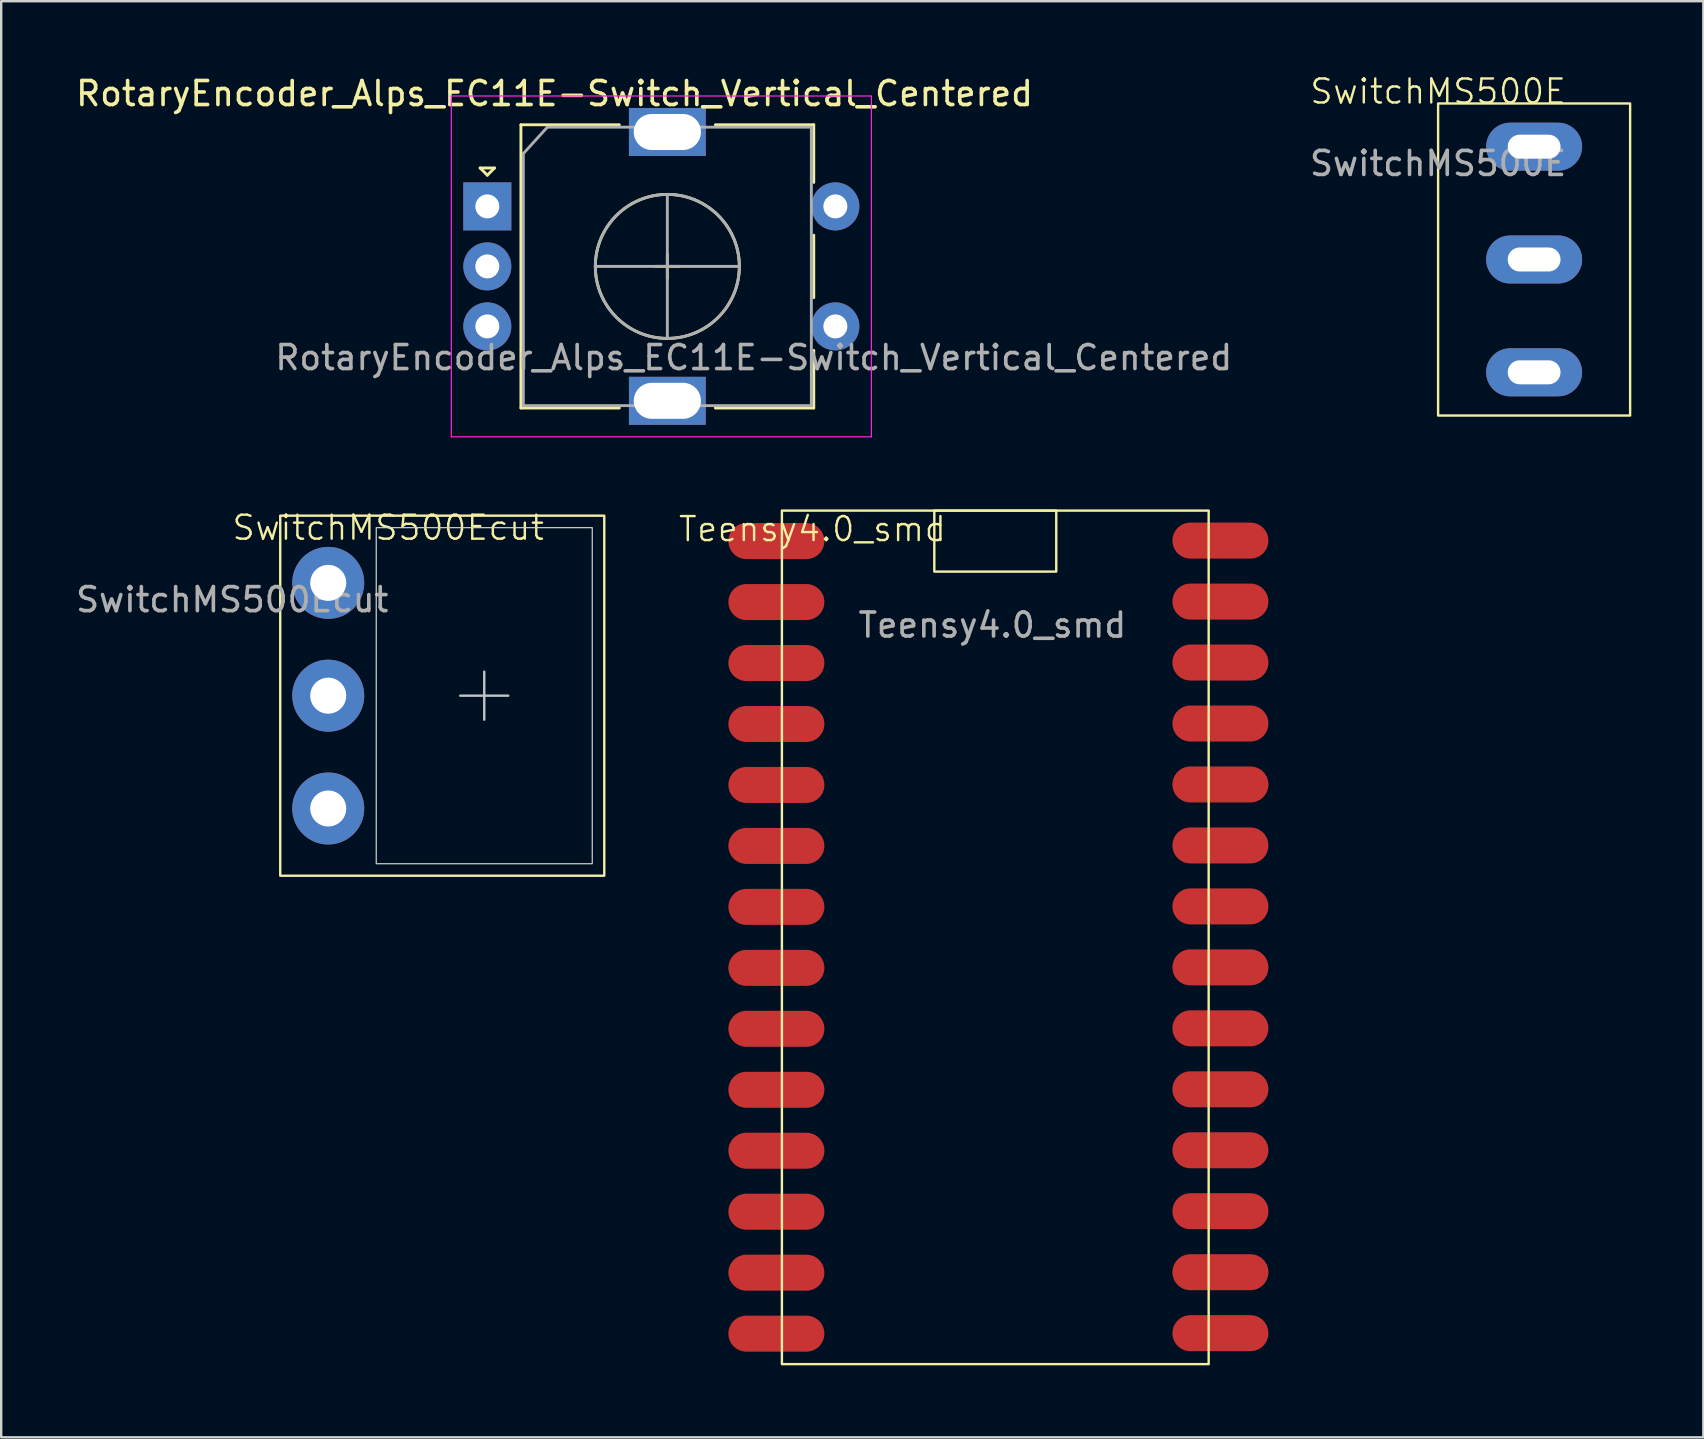
<source format=kicad_pcb>
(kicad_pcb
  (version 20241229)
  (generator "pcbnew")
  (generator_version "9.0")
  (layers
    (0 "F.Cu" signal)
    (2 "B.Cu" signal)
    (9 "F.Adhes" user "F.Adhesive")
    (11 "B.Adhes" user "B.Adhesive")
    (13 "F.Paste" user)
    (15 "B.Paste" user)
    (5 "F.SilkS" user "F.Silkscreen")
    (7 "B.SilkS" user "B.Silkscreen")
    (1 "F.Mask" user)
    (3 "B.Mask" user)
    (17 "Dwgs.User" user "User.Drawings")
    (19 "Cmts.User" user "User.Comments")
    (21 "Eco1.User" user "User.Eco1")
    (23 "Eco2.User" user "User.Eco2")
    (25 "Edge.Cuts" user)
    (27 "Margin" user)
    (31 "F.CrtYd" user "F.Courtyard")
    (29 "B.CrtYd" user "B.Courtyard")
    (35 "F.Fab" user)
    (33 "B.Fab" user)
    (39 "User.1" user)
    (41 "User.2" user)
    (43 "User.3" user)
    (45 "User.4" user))
  (footprint "SwitchMS500E"
    (layer "F.Cu")
    (at 60.865 7.761)
    (property "Reference" "SwitchMS500E" (at -4 -7 0) (unlocked yes) (layer "F.SilkS") (effects (font (size 1 1) (thickness 0.1))))
    (attr smd)
    (fp_rect (start -4 -6.5) (end 4 6.5) (stroke (width 0.1) (type default)) (fill no) (layer "F.SilkS"))
    (fp_text user "${REFERENCE}" (at -4 -4 0) (unlocked yes) (layer "F.Fab") (effects (font (size 1 1) (thickness 0.15))))
    (pad "1" thru_hole oval (at 0 -4.7) (size 4 2) (drill oval 2.2 1) (layers "*.Cu" "*.Mask"))
    (pad "2" thru_hole oval (at 0 0) (size 4 2) (drill oval 2.2 1) (layers "*.Cu" "*.Mask"))
    (pad "3" thru_hole oval (at 0 4.7) (size 4 2) (drill oval 2.2 1) (layers "*.Cu" "*.Mask")))
  (footprint "SwitchMS500Ecut"
    (layer "F.Cu")
    (at 17.125 25.934)
    (property "Reference" "SwitchMS500Ecut" (at -4 -7 0) (unlocked yes) (layer "F.SilkS") (effects (font (size 1 1) (thickness 0.1))))
    (attr smd)
    (fp_rect (start -8.5 -7.5) (end 5 7.5) (stroke (width 0.1) (type default)) (fill no) (layer "F.SilkS"))
    (fp_line (start -1 0) (end 1 0) (stroke (width 0.1) (type default)) (layer "Dwgs.User"))
    (fp_line (start 0 -1) (end 0 1) (stroke (width 0.1) (type default)) (layer "Dwgs.User"))
    (fp_rect (start -4.5 -7) (end 4.5 7) (stroke (width 0.05) (type default)) (fill no) (layer "Edge.Cuts"))
    (fp_text user "${REFERENCE}" (at -10.5 -4 0) (unlocked yes) (layer "F.Fab") (effects (font (size 1 1) (thickness 0.15))))
    (pad "1" thru_hole circle (at -6.5 -4.7) (size 3 3) (drill 1.5) (layers "*.Cu" "*.Mask"))
    (pad "2" thru_hole circle (at -6.5 0) (size 3 3) (drill 1.5) (layers "*.Cu" "*.Mask"))
    (pad "3" thru_hole circle (at -6.5 4.7) (size 3 3) (drill 1.5) (layers "*.Cu" "*.Mask")))
  (footprint "Teensy4.0_smd"
    (layer "F.Cu")
    (at 30.796 19.493)
    (property "Reference" "Teensy4.0_smd" (at 0 -0.5 0) (unlocked yes) (layer "F.SilkS") (effects (font (size 1 1) (thickness 0.1))))
    (attr through_hole)
    (fp_rect (start -1.27 -1.27) (end 16.51 34.29) (stroke (width 0.1) (type default)) (fill no) (layer "F.SilkS"))
    (fp_rect (start 5.08 -1.27) (end 10.16 1.27) (stroke (width 0.1) (type default)) (fill no) (layer "F.SilkS"))
    (fp_text user "${REFERENCE}" (at 7.5 3.5 0) (unlocked yes) (layer "F.Fab") (effects (font (size 1 1) (thickness 0.15))))
    (pad "1" smd oval (at -1.5 0) (size 4 1.5) (layers "F.Cu" "F.Mask" "F.Paste"))
    (pad "2" smd oval (at -1.5 2.54) (size 4 1.5) (layers "F.Cu" "F.Mask" "F.Paste"))
    (pad "3" smd oval (at -1.5 5.08) (size 4 1.5) (layers "F.Cu" "F.Mask" "F.Paste"))
    (pad "4" smd oval (at -1.5 7.62) (size 4 1.5) (layers "F.Cu" "F.Mask" "F.Paste"))
    (pad "5" smd oval (at -1.5 10.16) (size 4 1.5) (layers "F.Cu" "F.Mask" "F.Paste"))
    (pad "6" smd oval (at -1.5 12.7) (size 4 1.5) (layers "F.Cu" "F.Mask" "F.Paste"))
    (pad "7" smd oval (at -1.5 15.24) (size 4 1.5) (layers "F.Cu" "F.Mask" "F.Paste"))
    (pad "8" smd oval (at -1.5 17.78) (size 4 1.5) (layers "F.Cu" "F.Mask" "F.Paste"))
    (pad "9" smd oval (at -1.5 20.32) (size 4 1.5) (layers "F.Cu" "F.Mask" "F.Paste"))
    (pad "10" smd oval (at -1.5 22.86) (size 4 1.5) (layers "F.Cu" "F.Mask" "F.Paste"))
    (pad "11" smd oval (at -1.5 25.4) (size 4 1.5) (layers "F.Cu" "F.Mask" "F.Paste"))
    (pad "12" smd oval (at -1.5 27.94) (size 4 1.5) (layers "F.Cu" "F.Mask" "F.Paste"))
    (pad "13" smd oval (at -1.5 30.48) (size 4 1.5) (layers "F.Cu" "F.Mask" "F.Paste"))
    (pad "14" smd oval (at -1.5 33.02) (size 4 1.5) (layers "F.Cu" "F.Mask" "F.Paste"))
    (pad "15" smd oval (at 17 33) (size 4 1.5) (layers "F.Cu" "F.Mask" "F.Paste"))
    (pad "16" smd oval (at 17 30.46) (size 4 1.5) (layers "F.Cu" "F.Mask" "F.Paste"))
    (pad "17" smd oval (at 17 27.92) (size 4 1.5) (layers "F.Cu" "F.Mask" "F.Paste"))
    (pad "18" smd oval (at 17 25.38) (size 4 1.5) (layers "F.Cu" "F.Mask" "F.Paste"))
    (pad "19" smd oval (at 17 22.84) (size 4 1.5) (layers "F.Cu" "F.Mask" "F.Paste"))
    (pad "20" smd oval (at 17 20.3) (size 4 1.5) (layers "F.Cu" "F.Mask" "F.Paste"))
    (pad "21" smd oval (at 17 17.76) (size 4 1.5) (layers "F.Cu" "F.Mask" "F.Paste"))
    (pad "22" smd oval (at 17 15.22) (size 4 1.5) (layers "F.Cu" "F.Mask" "F.Paste"))
    (pad "23" smd oval (at 17 12.68) (size 4 1.5) (layers "F.Cu" "F.Mask" "F.Paste"))
    (pad "24" smd oval (at 17 10.14) (size 4 1.5) (layers "F.Cu" "F.Mask" "F.Paste"))
    (pad "25" smd oval (at 17 7.6) (size 4 1.5) (layers "F.Cu" "F.Mask" "F.Paste"))
    (pad "26" smd oval (at 17 5.06) (size 4 1.5) (layers "F.Cu" "F.Mask" "F.Paste"))
    (pad "27" smd oval (at 17 2.52) (size 4 1.5) (layers "F.Cu" "F.Mask" "F.Paste"))
    (pad "28" smd oval (at 17 -0.02) (size 4 1.5) (layers "F.Cu" "F.Mask" "F.Paste")))
  (footprint "RotaryEncoder_Alps_EC11E-Switch_Vertical_Centered"
    (layer "F.Cu")
    (at 24.748 8.036)
    (property "Reference" "RotaryEncoder_Alps_EC11E-Switch_Vertical_Centered" (at -4.695 -7.187 0) (layer "F.SilkS") (effects (font (size 1 1) (thickness 0.15))))
    (attr through_hole)
    (fp_line (start -7.795 -4.087) (end -7.195 -4.087) (stroke (width 0.12) (type solid)) (layer "F.SilkS"))
    (fp_line (start -7.495 -3.787) (end -7.795 -4.087) (stroke (width 0.12) (type solid)) (layer "F.SilkS"))
    (fp_line (start -7.195 -4.087) (end -7.495 -3.787) (stroke (width 0.12) (type solid)) (layer "F.SilkS"))
    (fp_line (start -6.095 -5.887) (end -6.095 5.913) (stroke (width 0.12) (type solid)) (layer "F.SilkS"))
    (fp_line (start -1.995 -5.887) (end -6.095 -5.887) (stroke (width 0.12) (type solid)) (layer "F.SilkS"))
    (fp_line (start -1.995 5.913) (end -6.095 5.913) (stroke (width 0.12) (type solid)) (layer "F.SilkS"))
    (fp_line (start -0.495 0.013) (end 0.505 0.013) (stroke (width 0.12) (type solid)) (layer "F.SilkS"))
    (fp_line (start 0.005 -0.487) (end 0.005 0.513) (stroke (width 0.12) (type solid)) (layer "F.SilkS"))
    (fp_line (start 2.005 -5.887) (end 6.105 -5.887) (stroke (width 0.12) (type solid)) (layer "F.SilkS"))
    (fp_line (start 6.105 -5.887) (end 6.105 -3.487) (stroke (width 0.12) (type solid)) (layer "F.SilkS"))
    (fp_line (start 6.105 -1.287) (end 6.105 1.313) (stroke (width 0.12) (type solid)) (layer "F.SilkS"))
    (fp_line (start 6.105 3.513) (end 6.105 5.913) (stroke (width 0.12) (type solid)) (layer "F.SilkS"))
    (fp_line (start 6.105 5.913) (end 2.005 5.913) (stroke (width 0.12) (type solid)) (layer "F.SilkS"))
    (fp_circle (center 0.005 0.013) (end 3.005 0.013) (stroke (width 0.12) (type solid)) (fill no) (layer "F.SilkS"))
    (fp_line (start -8.995 -7.087) (end -8.995 7.113) (stroke (width 0.05) (type solid)) (layer "F.CrtYd"))
    (fp_line (start -8.995 -7.087) (end 8.505 -7.087) (stroke (width 0.05) (type solid)) (layer "F.CrtYd"))
    (fp_line (start 8.505 7.113) (end -8.995 7.113) (stroke (width 0.05) (type solid)) (layer "F.CrtYd"))
    (fp_line (start 8.505 7.113) (end 8.505 -7.087) (stroke (width 0.05) (type solid)) (layer "F.CrtYd"))
    (fp_line (start -5.995 -4.687) (end -4.995 -5.787) (stroke (width 0.12) (type solid)) (layer "F.Fab"))
    (fp_line (start -5.995 5.813) (end -5.995 -4.687) (stroke (width 0.12) (type solid)) (layer "F.Fab"))
    (fp_line (start -4.995 -5.787) (end 6.005 -5.787) (stroke (width 0.12) (type solid)) (layer "F.Fab"))
    (fp_line (start -2.995 0.013) (end 3.005 0.013) (stroke (width 0.12) (type solid)) (layer "F.Fab"))
    (fp_line (start 0.005 -2.987) (end 0.005 3.013) (stroke (width 0.12) (type solid)) (layer "F.Fab"))
    (fp_line (start 6.005 -5.787) (end 6.005 5.813) (stroke (width 0.12) (type solid)) (layer "F.Fab"))
    (fp_line (start 6.005 5.813) (end -5.995 5.813) (stroke (width 0.12) (type solid)) (layer "F.Fab"))
    (fp_circle (center 0.005 0.013) (end 3.005 0.013) (stroke (width 0.12) (type solid)) (fill no) (layer "F.Fab"))
    (fp_text user "${REFERENCE}" (at 3.605 3.813 0) (layer "F.Fab") (effects (font (size 1 1) (thickness 0.15))))
    (pad "A" thru_hole rect (at -7.495 -2.487) (size 2 2) (drill 1) (layers "*.Cu" "*.Mask"))
    (pad "B" thru_hole circle (at -7.495 2.513) (size 2 2) (drill 1) (layers "*.Cu" "*.Mask"))
    (pad "C" thru_hole circle (at -7.495 0.013) (size 2 2) (drill 1) (layers "*.Cu" "*.Mask"))
    (pad "MP" thru_hole rect (at 0.005 -5.587) (size 3.2 2) (drill oval 2.8 1.5) (layers "*.Cu" "*.Mask"))
    (pad "MP" thru_hole rect (at 0.005 5.613) (size 3.2 2) (drill oval 2.8 1.5) (layers "*.Cu" "*.Mask"))
    (pad "S1" thru_hole circle (at 7.005 2.513) (size 2 2) (drill 1) (layers "*.Cu" "*.Mask"))
    (pad "S2" thru_hole circle (at 7.005 -2.487) (size 2 2) (drill 1) (layers "*.Cu" "*.Mask")))
  (gr_rect
    (start -3 -3)
    (end 67.915 56.833)
    (stroke (width 0.1) (type default))
    (fill no)
    (layer "Edge.Cuts")))
</source>
